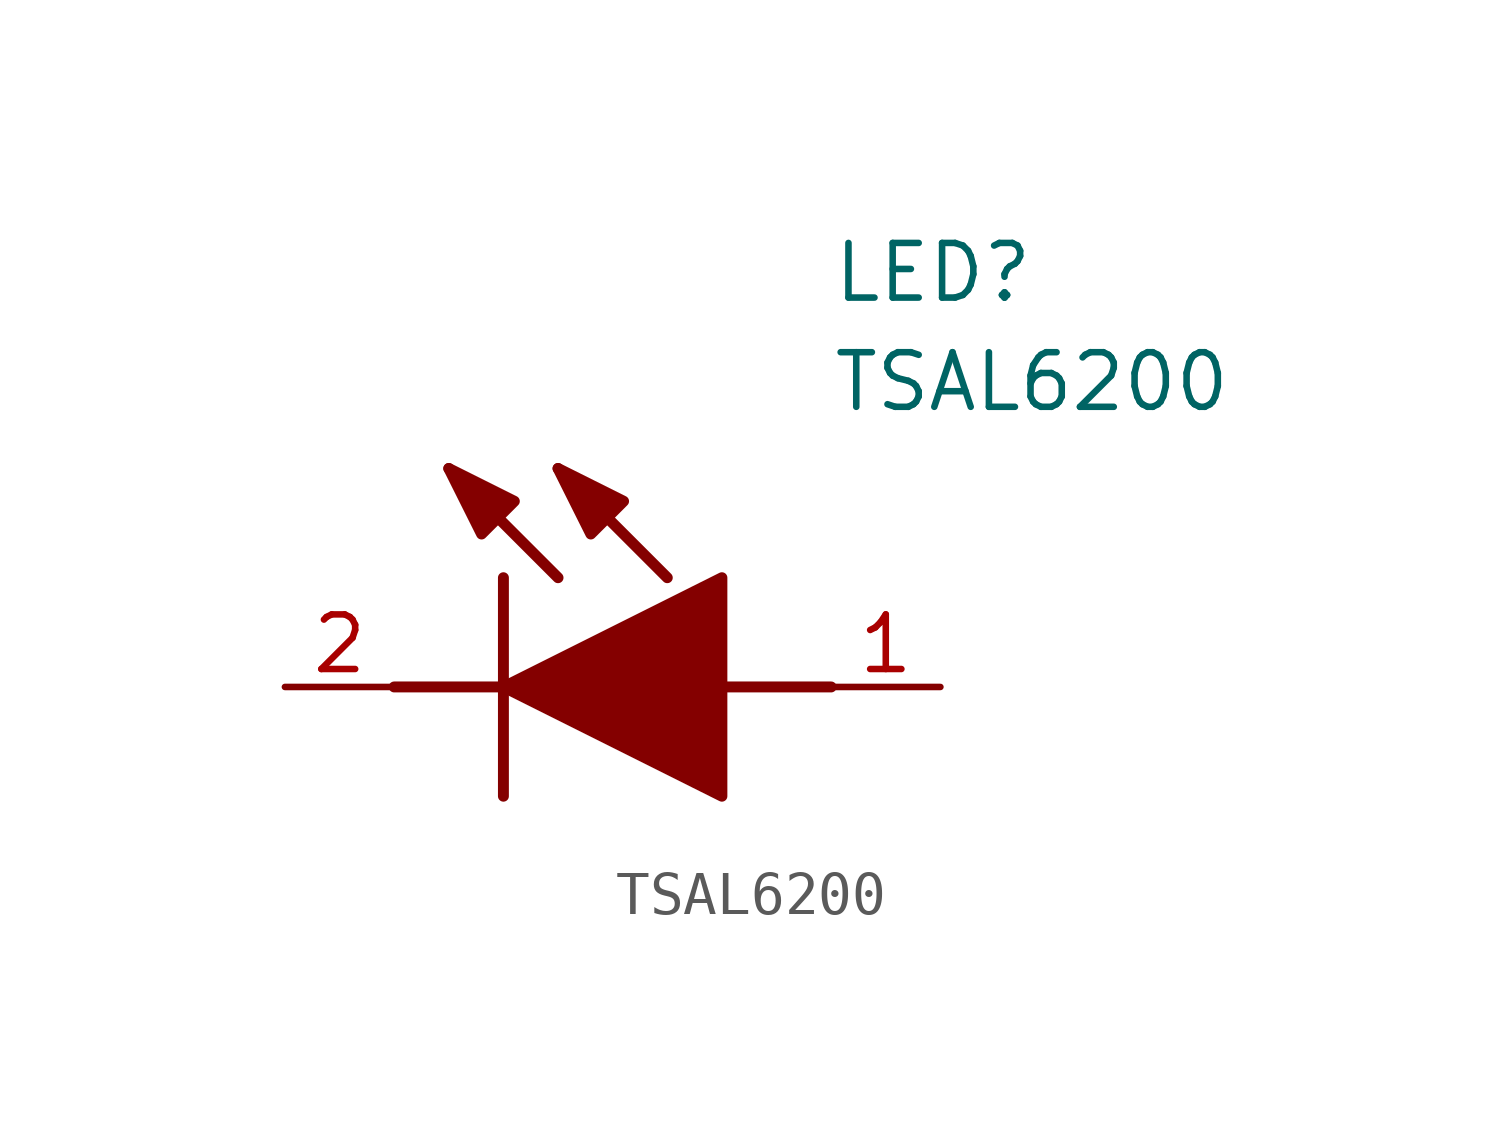
<source format=kicad_sym>
(kicad_symbol_lib
  (version 20231120)
  (generator "kicad_symbol_editor")
  (generator_version "8.0")
  (symbol "TSAL6200"
    (pin_names hide)
    (property "Reference" "LED"
      (at 12.7 8.89 0)
      (effects (font (size 1.27 1.27)) (justify left bottom)))
    (property "Value" "TSAL6200"
      (at 12.7 6.35 0)
      (effects (font (size 1.27 1.27)) (justify left bottom)))
    (symbol "TSAL6200_1_1"
      (polyline (pts (xy 2.54 0) (xy 5.08 0)) (stroke (width 0.254) (type default)) (fill (type none)))
      (polyline (pts (xy 5.08 2.54) (xy 5.08 -2.54)) (stroke (width 0.254) (type default)) (fill (type none)))
      (polyline (pts (xy 6.35 2.54) (xy 3.81 5.08)) (stroke (width 0.254) (type default)) (fill (type none)))
      (polyline (pts (xy 8.89 2.54) (xy 6.35 5.08)) (stroke (width 0.254) (type default)) (fill (type none)))
      (polyline (pts (xy 10.16 0) (xy 12.7 0)) (stroke (width 0.254) (type default)) (fill (type none)))
      (polyline (pts (xy 5.08 0) (xy 10.16 2.54) (xy 10.16 -2.54) (xy 5.08 0)) (stroke (width 0.254) (type default)) (fill (type outline)))
      (polyline (pts (xy 5.334 4.318) (xy 4.572 3.556) (xy 3.81 5.08) (xy 5.334 4.318)) (stroke (width 0.254) (type default)) (fill (type outline)))
      (polyline (pts (xy 7.874 4.318) (xy 7.112 3.556) (xy 6.35 5.08) (xy 7.874 4.318)) (stroke (width 0.254) (type default)) (fill (type outline)))
      (pin passive line (at 15.24 0 180) (length 2.54) (name "A" (effects (font (size 1.27 1.27)))) (number "1" (effects (font (size 1.27 1.27)))))
      (pin passive line (at 0 0 0) (length 2.54) (name "K" (effects (font (size 1.27 1.27)))) (number "2" (effects (font (size 1.27 1.27))))))))
</source>
